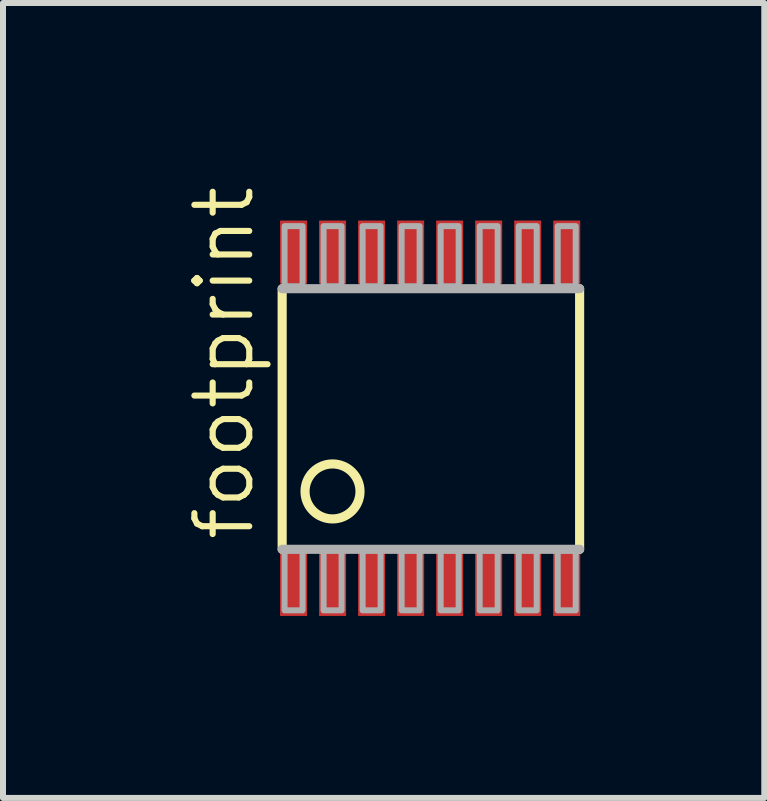
<source format=kicad_pcb>
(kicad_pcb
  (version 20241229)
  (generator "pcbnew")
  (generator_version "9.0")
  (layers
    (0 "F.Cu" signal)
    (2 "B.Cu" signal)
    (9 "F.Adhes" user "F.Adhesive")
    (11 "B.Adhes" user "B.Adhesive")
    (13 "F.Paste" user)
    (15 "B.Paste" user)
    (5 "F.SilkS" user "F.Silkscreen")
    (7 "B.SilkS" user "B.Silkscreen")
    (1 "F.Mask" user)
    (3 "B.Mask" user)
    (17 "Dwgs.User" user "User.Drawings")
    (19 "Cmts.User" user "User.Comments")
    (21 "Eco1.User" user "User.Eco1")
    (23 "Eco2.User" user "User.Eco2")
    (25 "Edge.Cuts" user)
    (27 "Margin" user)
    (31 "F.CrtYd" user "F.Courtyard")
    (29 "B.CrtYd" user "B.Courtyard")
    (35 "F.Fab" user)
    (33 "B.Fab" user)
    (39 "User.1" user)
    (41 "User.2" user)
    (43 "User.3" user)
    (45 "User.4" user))
  (footprint "footprint"
    (layer "F.Cu")
    (at 4.115 3.917)
    (property "Reference" "footprint" (at -2.896 2.083 90) (layer "F.SilkS") (effects (font (size 0.914 0.914) (thickness 0.102)) (justify left bottom)))
    (fp_poly (pts (xy -2.525 3.325) (xy -2.025 3.325) (xy -2.025 2.225) (xy -2.525 2.225)) (stroke (width 0) (type solid)) (fill yes) (layer "F.Mask"))
    (fp_poly (pts (xy -2.025 -3.325) (xy -2.525 -3.325) (xy -2.525 -2.225) (xy -2.025 -2.225)) (stroke (width 0) (type solid)) (fill yes) (layer "F.Mask"))
    (fp_poly (pts (xy -1.875 3.325) (xy -1.375 3.325) (xy -1.375 2.225) (xy -1.875 2.225)) (stroke (width 0) (type solid)) (fill yes) (layer "F.Mask"))
    (fp_poly (pts (xy -1.375 -3.325) (xy -1.875 -3.325) (xy -1.875 -2.225) (xy -1.375 -2.225)) (stroke (width 0) (type solid)) (fill yes) (layer "F.Mask"))
    (fp_poly (pts (xy -1.225 3.325) (xy -0.725 3.325) (xy -0.725 2.225) (xy -1.225 2.225)) (stroke (width 0) (type solid)) (fill yes) (layer "F.Mask"))
    (fp_poly (pts (xy -0.725 -3.325) (xy -1.225 -3.325) (xy -1.225 -2.225) (xy -0.725 -2.225)) (stroke (width 0) (type solid)) (fill yes) (layer "F.Mask"))
    (fp_poly (pts (xy -0.575 3.325) (xy -0.075 3.325) (xy -0.075 2.225) (xy -0.575 2.225)) (stroke (width 0) (type solid)) (fill yes) (layer "F.Mask"))
    (fp_poly (pts (xy -0.075 -3.325) (xy -0.575 -3.325) (xy -0.575 -2.225) (xy -0.075 -2.225)) (stroke (width 0) (type solid)) (fill yes) (layer "F.Mask"))
    (fp_poly (pts (xy 0.075 3.325) (xy 0.575 3.325) (xy 0.575 2.225) (xy 0.075 2.225)) (stroke (width 0) (type solid)) (fill yes) (layer "F.Mask"))
    (fp_poly (pts (xy 0.575 -3.325) (xy 0.075 -3.325) (xy 0.075 -2.225) (xy 0.575 -2.225)) (stroke (width 0) (type solid)) (fill yes) (layer "F.Mask"))
    (fp_poly (pts (xy 0.725 3.325) (xy 1.225 3.325) (xy 1.225 2.225) (xy 0.725 2.225)) (stroke (width 0) (type solid)) (fill yes) (layer "F.Mask"))
    (fp_poly (pts (xy 1.225 -3.325) (xy 0.725 -3.325) (xy 0.725 -2.225) (xy 1.225 -2.225)) (stroke (width 0) (type solid)) (fill yes) (layer "F.Mask"))
    (fp_poly (pts (xy 1.375 3.325) (xy 1.875 3.325) (xy 1.875 2.225) (xy 1.375 2.225)) (stroke (width 0) (type solid)) (fill yes) (layer "F.Mask"))
    (fp_poly (pts (xy 1.875 -3.325) (xy 1.375 -3.325) (xy 1.375 -2.225) (xy 1.875 -2.225)) (stroke (width 0) (type solid)) (fill yes) (layer "F.Mask"))
    (fp_poly (pts (xy 2.025 3.325) (xy 2.525 3.325) (xy 2.525 2.225) (xy 2.025 2.225)) (stroke (width 0) (type solid)) (fill yes) (layer "F.Mask"))
    (fp_poly (pts (xy 2.525 -3.325) (xy 2.025 -3.325) (xy 2.025 -2.225) (xy 2.525 -2.225)) (stroke (width 0) (type solid)) (fill yes) (layer "F.Mask"))
    (fp_line (start -2.465 2.183) (end -2.465 -2.158) (stroke (width 0.152) (type solid)) (layer "F.SilkS"))
    (fp_line (start 2.49 -2.158) (end 2.49 2.183) (stroke (width 0.152) (type solid)) (layer "F.SilkS"))
    (fp_circle (center -1.626 1.219) (end -1.168 1.219) (stroke (width 0.152) (type solid)) (fill no) (layer "F.SilkS"))
    (fp_line (start -2.465 2.183) (end 2.49 2.183) (stroke (width 0.152) (type solid)) (layer "F.Fab"))
    (fp_line (start 2.49 -2.158) (end -2.465 -2.158) (stroke (width 0.152) (type solid)) (layer "F.Fab"))
    (fp_poly (pts (xy -2.425 -2.2) (xy -2.125 -2.2) (xy -2.125 -3.2) (xy -2.425 -3.2)) (stroke (width 0.1) (type solid)) (fill no) (layer "F.Fab"))
    (fp_poly (pts (xy -2.125 2.2) (xy -2.425 2.2) (xy -2.425 3.2) (xy -2.125 3.2)) (stroke (width 0.1) (type solid)) (fill no) (layer "F.Fab"))
    (fp_poly (pts (xy -1.775 -2.2) (xy -1.475 -2.2) (xy -1.475 -3.2) (xy -1.775 -3.2)) (stroke (width 0.1) (type solid)) (fill no) (layer "F.Fab"))
    (fp_poly (pts (xy -1.475 2.2) (xy -1.775 2.2) (xy -1.775 3.2) (xy -1.475 3.2)) (stroke (width 0.1) (type solid)) (fill no) (layer "F.Fab"))
    (fp_poly (pts (xy -1.125 -2.2) (xy -0.825 -2.2) (xy -0.825 -3.2) (xy -1.125 -3.2)) (stroke (width 0.1) (type solid)) (fill no) (layer "F.Fab"))
    (fp_poly (pts (xy -0.825 2.2) (xy -1.125 2.2) (xy -1.125 3.2) (xy -0.825 3.2)) (stroke (width 0.1) (type solid)) (fill no) (layer "F.Fab"))
    (fp_poly (pts (xy -0.475 -2.2) (xy -0.175 -2.2) (xy -0.175 -3.2) (xy -0.475 -3.2)) (stroke (width 0.1) (type solid)) (fill no) (layer "F.Fab"))
    (fp_poly (pts (xy -0.175 2.2) (xy -0.475 2.2) (xy -0.475 3.2) (xy -0.175 3.2)) (stroke (width 0.1) (type solid)) (fill no) (layer "F.Fab"))
    (fp_poly (pts (xy 0.175 -2.2) (xy 0.475 -2.2) (xy 0.475 -3.2) (xy 0.175 -3.2)) (stroke (width 0.1) (type solid)) (fill no) (layer "F.Fab"))
    (fp_poly (pts (xy 0.475 2.2) (xy 0.175 2.2) (xy 0.175 3.2) (xy 0.475 3.2)) (stroke (width 0.1) (type solid)) (fill no) (layer "F.Fab"))
    (fp_poly (pts (xy 0.825 -2.2) (xy 1.125 -2.2) (xy 1.125 -3.2) (xy 0.825 -3.2)) (stroke (width 0.1) (type solid)) (fill no) (layer "F.Fab"))
    (fp_poly (pts (xy 1.125 2.2) (xy 0.825 2.2) (xy 0.825 3.2) (xy 1.125 3.2)) (stroke (width 0.1) (type solid)) (fill no) (layer "F.Fab"))
    (fp_poly (pts (xy 1.475 -2.2) (xy 1.775 -2.2) (xy 1.775 -3.2) (xy 1.475 -3.2)) (stroke (width 0.1) (type solid)) (fill no) (layer "F.Fab"))
    (fp_poly (pts (xy 1.775 2.2) (xy 1.475 2.2) (xy 1.475 3.2) (xy 1.775 3.2)) (stroke (width 0.1) (type solid)) (fill no) (layer "F.Fab"))
    (fp_poly (pts (xy 2.125 -2.2) (xy 2.425 -2.2) (xy 2.425 -3.2) (xy 2.125 -3.2)) (stroke (width 0.1) (type solid)) (fill no) (layer "F.Fab"))
    (fp_poly (pts (xy 2.425 2.2) (xy 2.125 2.2) (xy 2.125 3.2) (xy 2.425 3.2)) (stroke (width 0.1) (type solid)) (fill no) (layer "F.Fab"))
    (pad "1" smd rect (at -2.275 2.768) (size 0.45 1.05) (layers "F.Cu" "F.Paste"))
    (pad "2" smd rect (at -1.625 2.768) (size 0.45 1.05) (layers "F.Cu" "F.Paste"))
    (pad "3" smd rect (at -0.975 2.768) (size 0.45 1.05) (layers "F.Cu" "F.Paste"))
    (pad "4" smd rect (at -0.325 2.768) (size 0.45 1.05) (layers "F.Cu" "F.Paste"))
    (pad "5" smd rect (at 0.325 2.768) (size 0.45 1.05) (layers "F.Cu" "F.Paste"))
    (pad "6" smd rect (at 0.975 2.768) (size 0.45 1.05) (layers "F.Cu" "F.Paste"))
    (pad "7" smd rect (at 1.625 2.768) (size 0.45 1.05) (layers "F.Cu" "F.Paste"))
    (pad "8" smd rect (at 2.275 2.768) (size 0.45 1.05) (layers "F.Cu" "F.Paste"))
    (pad "9" smd rect (at 2.275 -2.768) (size 0.45 1.05) (layers "F.Cu" "F.Paste"))
    (pad "10" smd rect (at 1.625 -2.768) (size 0.45 1.05) (layers "F.Cu" "F.Paste"))
    (pad "11" smd rect (at 0.975 -2.768) (size 0.45 1.05) (layers "F.Cu" "F.Paste"))
    (pad "12" smd rect (at 0.325 -2.768) (size 0.45 1.05) (layers "F.Cu" "F.Paste"))
    (pad "13" smd rect (at -0.325 -2.768) (size 0.45 1.05) (layers "F.Cu" "F.Paste"))
    (pad "14" smd rect (at -0.975 -2.768) (size 0.45 1.05) (layers "F.Cu" "F.Paste"))
    (pad "15" smd rect (at -1.625 -2.768) (size 0.45 1.05) (layers "F.Cu" "F.Paste"))
    (pad "16" smd rect (at -2.275 -2.768) (size 0.45 1.05) (layers "F.Cu" "F.Paste")))
  (gr_rect
    (start -3 -3)
    (end 9.681 10.242)
    (stroke (width 0.1) (type default))
    (fill no)
    (layer "Edge.Cuts")))
</source>
